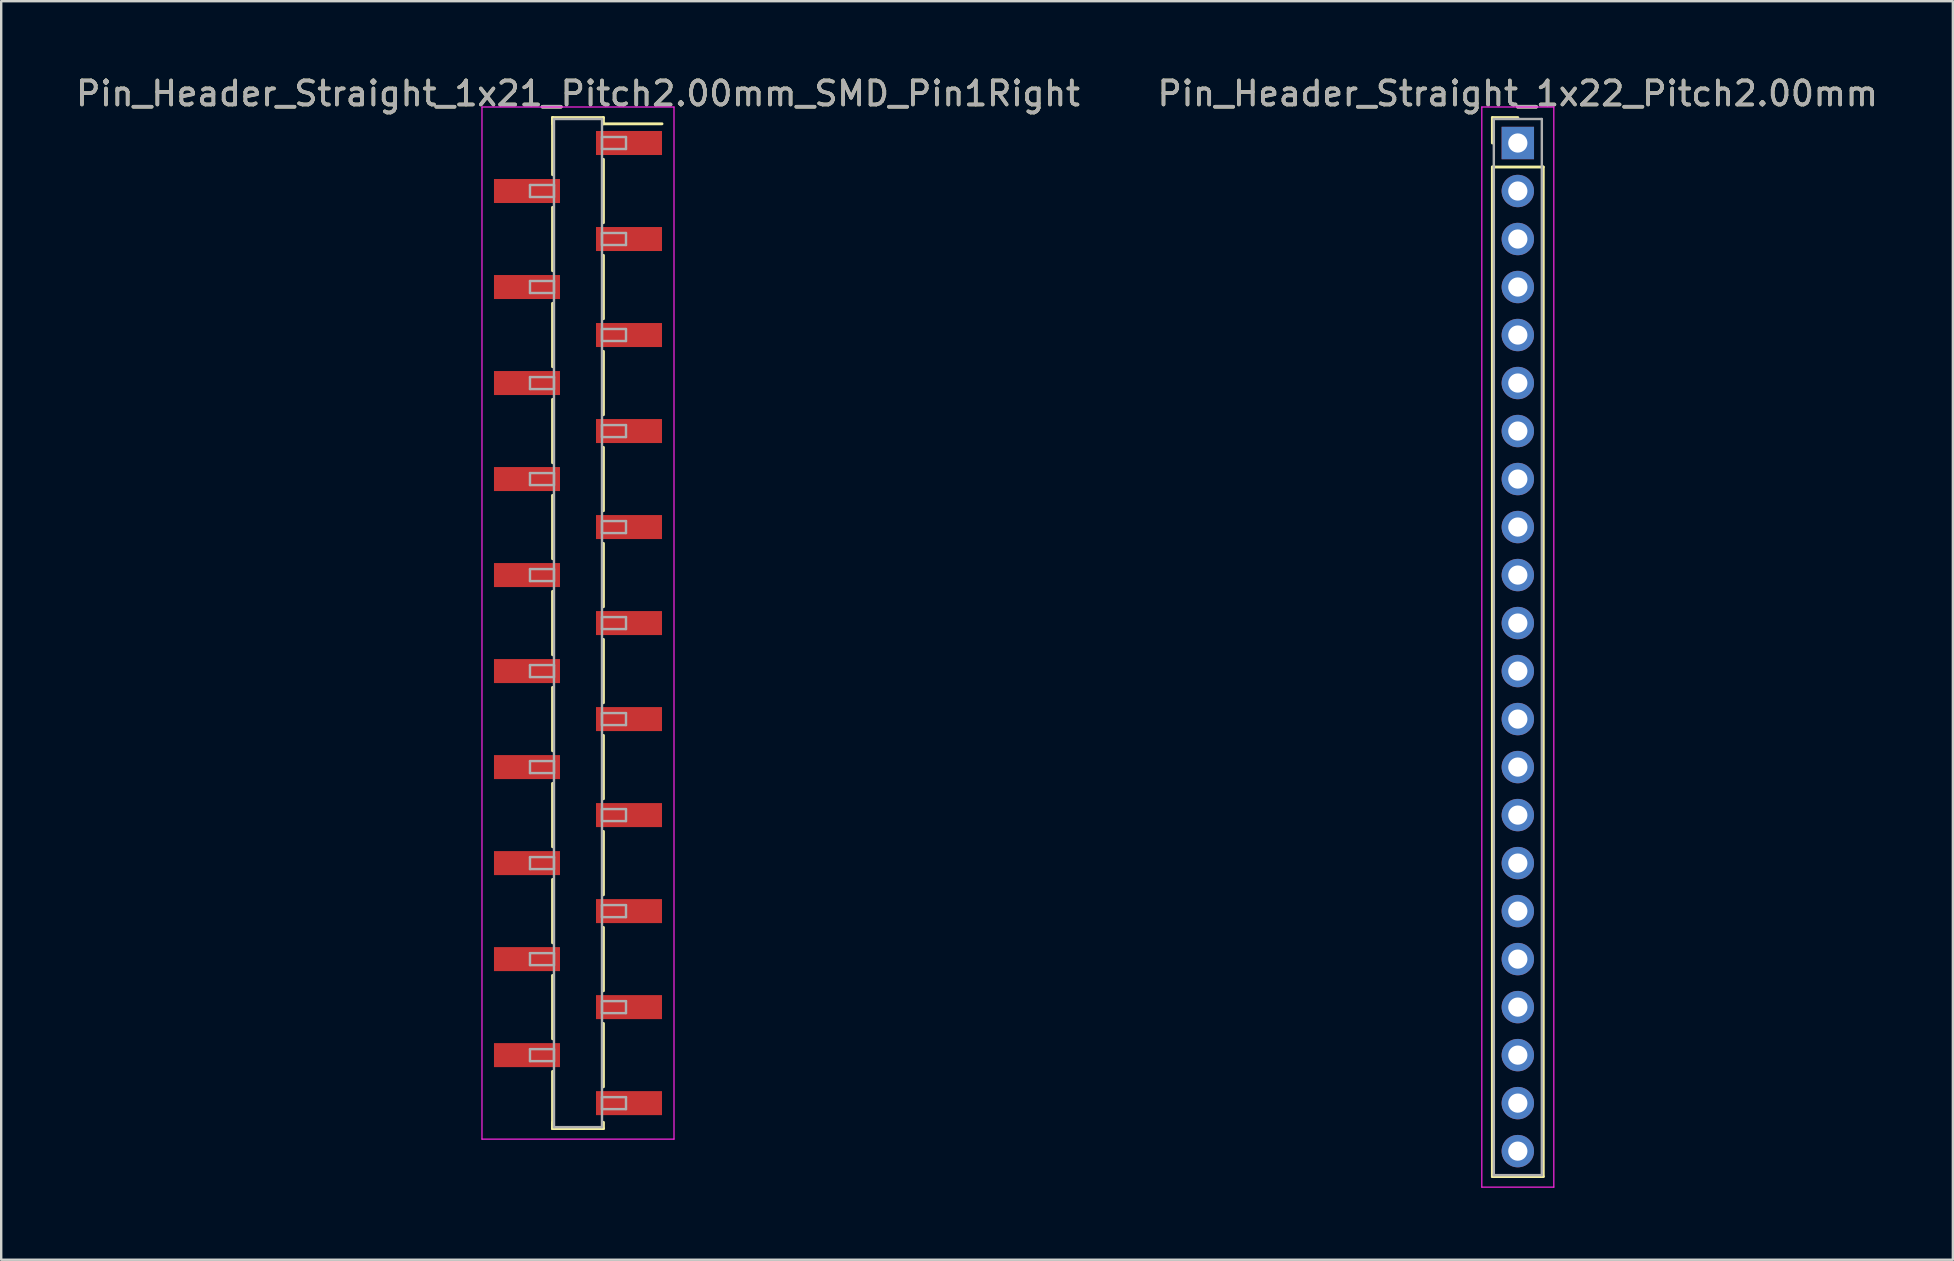
<source format=kicad_pcb>
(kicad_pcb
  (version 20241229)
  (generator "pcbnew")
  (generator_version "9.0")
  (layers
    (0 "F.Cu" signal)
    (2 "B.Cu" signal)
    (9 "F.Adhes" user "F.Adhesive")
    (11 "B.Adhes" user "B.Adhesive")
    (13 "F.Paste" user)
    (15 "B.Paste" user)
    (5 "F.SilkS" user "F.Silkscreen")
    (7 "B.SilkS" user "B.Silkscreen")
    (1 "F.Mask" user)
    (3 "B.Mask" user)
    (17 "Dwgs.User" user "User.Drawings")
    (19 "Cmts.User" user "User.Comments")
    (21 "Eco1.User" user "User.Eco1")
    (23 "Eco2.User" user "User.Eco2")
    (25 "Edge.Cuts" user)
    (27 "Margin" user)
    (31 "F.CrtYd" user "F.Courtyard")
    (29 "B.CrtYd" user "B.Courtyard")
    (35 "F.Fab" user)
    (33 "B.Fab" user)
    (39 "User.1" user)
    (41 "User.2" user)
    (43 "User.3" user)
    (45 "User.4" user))
  (footprint "Pin_Header_Straight_1x22_Pitch2.00mm"
    (layer "F.Cu")
    (at 60.185 2.908)
    (property "Reference" "Pin_Header_Straight_1x22_Pitch2.00mm" (at 0 -2.06 0) (layer "F.SilkS") (effects (font (size 1 1) (thickness 0.15))))
    (attr through_hole)
    (fp_line (start -1.06 -1.06) (end 0 -1.06) (stroke (width 0.12) (type solid)) (layer "F.SilkS"))
    (fp_line (start -1.06 0) (end -1.06 -1.06) (stroke (width 0.12) (type solid)) (layer "F.SilkS"))
    (fp_line (start -1.06 1) (end -1.06 43.06) (stroke (width 0.12) (type solid)) (layer "F.SilkS"))
    (fp_line (start -1.06 43.06) (end 1.06 43.06) (stroke (width 0.12) (type solid)) (layer "F.SilkS"))
    (fp_line (start 1.06 1) (end -1.06 1) (stroke (width 0.12) (type solid)) (layer "F.SilkS"))
    (fp_line (start 1.06 43.06) (end 1.06 1) (stroke (width 0.12) (type solid)) (layer "F.SilkS"))
    (fp_line (start -1.5 -1.5) (end -1.5 43.5) (stroke (width 0.05) (type solid)) (layer "F.CrtYd"))
    (fp_line (start -1.5 43.5) (end 1.5 43.5) (stroke (width 0.05) (type solid)) (layer "F.CrtYd"))
    (fp_line (start 1.5 -1.5) (end -1.5 -1.5) (stroke (width 0.05) (type solid)) (layer "F.CrtYd"))
    (fp_line (start 1.5 43.5) (end 1.5 -1.5) (stroke (width 0.05) (type solid)) (layer "F.CrtYd"))
    (fp_line (start -1 -1) (end -1 43) (stroke (width 0.1) (type solid)) (layer "F.Fab"))
    (fp_line (start -1 43) (end 1 43) (stroke (width 0.1) (type solid)) (layer "F.Fab"))
    (fp_line (start 1 -1) (end -1 -1) (stroke (width 0.1) (type solid)) (layer "F.Fab"))
    (fp_line (start 1 43) (end 1 -1) (stroke (width 0.1) (type solid)) (layer "F.Fab"))
    (fp_text user "${REFERENCE}" (at 0 -2.06 0) (layer "F.Fab") (effects (font (size 1 1) (thickness 0.15))))
    (pad "1" thru_hole rect (at 0 0) (size 1.35 1.35) (drill 0.8) (layers "*.Cu" "*.Mask"))
    (pad "2" thru_hole oval (at 0 2) (size 1.35 1.35) (drill 0.8) (layers "*.Cu" "*.Mask"))
    (pad "3" thru_hole oval (at 0 4) (size 1.35 1.35) (drill 0.8) (layers "*.Cu" "*.Mask"))
    (pad "4" thru_hole oval (at 0 6) (size 1.35 1.35) (drill 0.8) (layers "*.Cu" "*.Mask"))
    (pad "5" thru_hole oval (at 0 8) (size 1.35 1.35) (drill 0.8) (layers "*.Cu" "*.Mask"))
    (pad "6" thru_hole oval (at 0 10) (size 1.35 1.35) (drill 0.8) (layers "*.Cu" "*.Mask"))
    (pad "7" thru_hole oval (at 0 12) (size 1.35 1.35) (drill 0.8) (layers "*.Cu" "*.Mask"))
    (pad "8" thru_hole oval (at 0 14) (size 1.35 1.35) (drill 0.8) (layers "*.Cu" "*.Mask"))
    (pad "9" thru_hole oval (at 0 16) (size 1.35 1.35) (drill 0.8) (layers "*.Cu" "*.Mask"))
    (pad "10" thru_hole oval (at 0 18) (size 1.35 1.35) (drill 0.8) (layers "*.Cu" "*.Mask"))
    (pad "11" thru_hole oval (at 0 20) (size 1.35 1.35) (drill 0.8) (layers "*.Cu" "*.Mask"))
    (pad "12" thru_hole oval (at 0 22) (size 1.35 1.35) (drill 0.8) (layers "*.Cu" "*.Mask"))
    (pad "13" thru_hole oval (at 0 24) (size 1.35 1.35) (drill 0.8) (layers "*.Cu" "*.Mask"))
    (pad "14" thru_hole oval (at 0 26) (size 1.35 1.35) (drill 0.8) (layers "*.Cu" "*.Mask"))
    (pad "15" thru_hole oval (at 0 28) (size 1.35 1.35) (drill 0.8) (layers "*.Cu" "*.Mask"))
    (pad "16" thru_hole oval (at 0 30) (size 1.35 1.35) (drill 0.8) (layers "*.Cu" "*.Mask"))
    (pad "17" thru_hole oval (at 0 32) (size 1.35 1.35) (drill 0.8) (layers "*.Cu" "*.Mask"))
    (pad "18" thru_hole oval (at 0 34) (size 1.35 1.35) (drill 0.8) (layers "*.Cu" "*.Mask"))
    (pad "19" thru_hole oval (at 0 36) (size 1.35 1.35) (drill 0.8) (layers "*.Cu" "*.Mask"))
    (pad "20" thru_hole oval (at 0 38) (size 1.35 1.35) (drill 0.8) (layers "*.Cu" "*.Mask"))
    (pad "21" thru_hole oval (at 0 40) (size 1.35 1.35) (drill 0.8) (layers "*.Cu" "*.Mask"))
    (pad "22" thru_hole oval (at 0 42) (size 1.35 1.35) (drill 0.8) (layers "*.Cu" "*.Mask")))
  (footprint "Pin_Header_Straight_1x21_Pitch2.00mm_SMD_Pin1Right"
    (layer "F.Cu")
    (at 21.03 22.908)
    (property "Reference" "Pin_Header_Straight_1x21_Pitch2.00mm_SMD_Pin1Right" (at 0 -22.06 0) (layer "F.SilkS") (effects (font (size 1 1) (thickness 0.15))))
    (attr smd)
    (fp_line (start -1.06 -21.06) (end -1.06 -18.68) (stroke (width 0.12) (type solid)) (layer "F.SilkS"))
    (fp_line (start -1.06 -21.06) (end 1.06 -21.06) (stroke (width 0.12) (type solid)) (layer "F.SilkS"))
    (fp_line (start -1.06 -20.8) (end -1.06 -21.06) (stroke (width 0.12) (type solid)) (layer "F.SilkS"))
    (fp_line (start -1.06 -17.32) (end -1.06 -14.68) (stroke (width 0.12) (type solid)) (layer "F.SilkS"))
    (fp_line (start -1.06 -13.32) (end -1.06 -10.68) (stroke (width 0.12) (type solid)) (layer "F.SilkS"))
    (fp_line (start -1.06 -9.32) (end -1.06 -6.68) (stroke (width 0.12) (type solid)) (layer "F.SilkS"))
    (fp_line (start -1.06 -5.32) (end -1.06 -2.68) (stroke (width 0.12) (type solid)) (layer "F.SilkS"))
    (fp_line (start -1.06 -1.32) (end -1.06 1.32) (stroke (width 0.12) (type solid)) (layer "F.SilkS"))
    (fp_line (start -1.06 2.68) (end -1.06 5.32) (stroke (width 0.12) (type solid)) (layer "F.SilkS"))
    (fp_line (start -1.06 6.68) (end -1.06 9.32) (stroke (width 0.12) (type solid)) (layer "F.SilkS"))
    (fp_line (start -1.06 10.68) (end -1.06 13.32) (stroke (width 0.12) (type solid)) (layer "F.SilkS"))
    (fp_line (start -1.06 14.68) (end -1.06 17.32) (stroke (width 0.12) (type solid)) (layer "F.SilkS"))
    (fp_line (start -1.06 18.68) (end -1.06 21.06) (stroke (width 0.12) (type solid)) (layer "F.SilkS"))
    (fp_line (start -1.06 20.8) (end -1.06 21.06) (stroke (width 0.12) (type solid)) (layer "F.SilkS"))
    (fp_line (start -1.06 21.06) (end 1.06 21.06) (stroke (width 0.12) (type solid)) (layer "F.SilkS"))
    (fp_line (start 1.06 -21.06) (end 1.06 -20.8) (stroke (width 0.12) (type solid)) (layer "F.SilkS"))
    (fp_line (start 1.06 -20.8) (end 3.5 -20.8) (stroke (width 0.12) (type solid)) (layer "F.SilkS"))
    (fp_line (start 1.06 -19.32) (end 1.06 -16.68) (stroke (width 0.12) (type solid)) (layer "F.SilkS"))
    (fp_line (start 1.06 -15.32) (end 1.06 -12.68) (stroke (width 0.12) (type solid)) (layer "F.SilkS"))
    (fp_line (start 1.06 -11.32) (end 1.06 -8.68) (stroke (width 0.12) (type solid)) (layer "F.SilkS"))
    (fp_line (start 1.06 -7.32) (end 1.06 -4.68) (stroke (width 0.12) (type solid)) (layer "F.SilkS"))
    (fp_line (start 1.06 -3.32) (end 1.06 -0.68) (stroke (width 0.12) (type solid)) (layer "F.SilkS"))
    (fp_line (start 1.06 0.68) (end 1.06 3.32) (stroke (width 0.12) (type solid)) (layer "F.SilkS"))
    (fp_line (start 1.06 4.68) (end 1.06 7.32) (stroke (width 0.12) (type solid)) (layer "F.SilkS"))
    (fp_line (start 1.06 8.68) (end 1.06 11.32) (stroke (width 0.12) (type solid)) (layer "F.SilkS"))
    (fp_line (start 1.06 12.68) (end 1.06 15.32) (stroke (width 0.12) (type solid)) (layer "F.SilkS"))
    (fp_line (start 1.06 16.68) (end 1.06 19.32) (stroke (width 0.12) (type solid)) (layer "F.SilkS"))
    (fp_line (start 1.06 21.06) (end 1.06 20.8) (stroke (width 0.12) (type solid)) (layer "F.SilkS"))
    (fp_line (start -4 -21.5) (end -4 21.5) (stroke (width 0.05) (type solid)) (layer "F.CrtYd"))
    (fp_line (start -4 21.5) (end 4 21.5) (stroke (width 0.05) (type solid)) (layer "F.CrtYd"))
    (fp_line (start 4 -21.5) (end -4 -21.5) (stroke (width 0.05) (type solid)) (layer "F.CrtYd"))
    (fp_line (start 4 21.5) (end 4 -21.5) (stroke (width 0.05) (type solid)) (layer "F.CrtYd"))
    (fp_line (start -2 -18.25) (end -1 -18.25) (stroke (width 0.1) (type solid)) (layer "F.Fab"))
    (fp_line (start -2 -17.75) (end -2 -18.25) (stroke (width 0.1) (type solid)) (layer "F.Fab"))
    (fp_line (start -2 -14.25) (end -1 -14.25) (stroke (width 0.1) (type solid)) (layer "F.Fab"))
    (fp_line (start -2 -13.75) (end -2 -14.25) (stroke (width 0.1) (type solid)) (layer "F.Fab"))
    (fp_line (start -2 -10.25) (end -1 -10.25) (stroke (width 0.1) (type solid)) (layer "F.Fab"))
    (fp_line (start -2 -9.75) (end -2 -10.25) (stroke (width 0.1) (type solid)) (layer "F.Fab"))
    (fp_line (start -2 -6.25) (end -1 -6.25) (stroke (width 0.1) (type solid)) (layer "F.Fab"))
    (fp_line (start -2 -5.75) (end -2 -6.25) (stroke (width 0.1) (type solid)) (layer "F.Fab"))
    (fp_line (start -2 -2.25) (end -1 -2.25) (stroke (width 0.1) (type solid)) (layer "F.Fab"))
    (fp_line (start -2 -1.75) (end -2 -2.25) (stroke (width 0.1) (type solid)) (layer "F.Fab"))
    (fp_line (start -2 1.75) (end -1 1.75) (stroke (width 0.1) (type solid)) (layer "F.Fab"))
    (fp_line (start -2 2.25) (end -2 1.75) (stroke (width 0.1) (type solid)) (layer "F.Fab"))
    (fp_line (start -2 5.75) (end -1 5.75) (stroke (width 0.1) (type solid)) (layer "F.Fab"))
    (fp_line (start -2 6.25) (end -2 5.75) (stroke (width 0.1) (type solid)) (layer "F.Fab"))
    (fp_line (start -2 9.75) (end -1 9.75) (stroke (width 0.1) (type solid)) (layer "F.Fab"))
    (fp_line (start -2 10.25) (end -2 9.75) (stroke (width 0.1) (type solid)) (layer "F.Fab"))
    (fp_line (start -2 13.75) (end -1 13.75) (stroke (width 0.1) (type solid)) (layer "F.Fab"))
    (fp_line (start -2 14.25) (end -2 13.75) (stroke (width 0.1) (type solid)) (layer "F.Fab"))
    (fp_line (start -2 17.75) (end -1 17.75) (stroke (width 0.1) (type solid)) (layer "F.Fab"))
    (fp_line (start -2 18.25) (end -2 17.75) (stroke (width 0.1) (type solid)) (layer "F.Fab"))
    (fp_line (start -1 -21) (end -1 21) (stroke (width 0.1) (type solid)) (layer "F.Fab"))
    (fp_line (start -1 -18.25) (end -1 -17.75) (stroke (width 0.1) (type solid)) (layer "F.Fab"))
    (fp_line (start -1 -17.75) (end -2 -17.75) (stroke (width 0.1) (type solid)) (layer "F.Fab"))
    (fp_line (start -1 -14.25) (end -1 -13.75) (stroke (width 0.1) (type solid)) (layer "F.Fab"))
    (fp_line (start -1 -13.75) (end -2 -13.75) (stroke (width 0.1) (type solid)) (layer "F.Fab"))
    (fp_line (start -1 -10.25) (end -1 -9.75) (stroke (width 0.1) (type solid)) (layer "F.Fab"))
    (fp_line (start -1 -9.75) (end -2 -9.75) (stroke (width 0.1) (type solid)) (layer "F.Fab"))
    (fp_line (start -1 -6.25) (end -1 -5.75) (stroke (width 0.1) (type solid)) (layer "F.Fab"))
    (fp_line (start -1 -5.75) (end -2 -5.75) (stroke (width 0.1) (type solid)) (layer "F.Fab"))
    (fp_line (start -1 -2.25) (end -1 -1.75) (stroke (width 0.1) (type solid)) (layer "F.Fab"))
    (fp_line (start -1 -1.75) (end -2 -1.75) (stroke (width 0.1) (type solid)) (layer "F.Fab"))
    (fp_line (start -1 1.75) (end -1 2.25) (stroke (width 0.1) (type solid)) (layer "F.Fab"))
    (fp_line (start -1 2.25) (end -2 2.25) (stroke (width 0.1) (type solid)) (layer "F.Fab"))
    (fp_line (start -1 5.75) (end -1 6.25) (stroke (width 0.1) (type solid)) (layer "F.Fab"))
    (fp_line (start -1 6.25) (end -2 6.25) (stroke (width 0.1) (type solid)) (layer "F.Fab"))
    (fp_line (start -1 9.75) (end -1 10.25) (stroke (width 0.1) (type solid)) (layer "F.Fab"))
    (fp_line (start -1 10.25) (end -2 10.25) (stroke (width 0.1) (type solid)) (layer "F.Fab"))
    (fp_line (start -1 13.75) (end -1 14.25) (stroke (width 0.1) (type solid)) (layer "F.Fab"))
    (fp_line (start -1 14.25) (end -2 14.25) (stroke (width 0.1) (type solid)) (layer "F.Fab"))
    (fp_line (start -1 17.75) (end -1 18.25) (stroke (width 0.1) (type solid)) (layer "F.Fab"))
    (fp_line (start -1 18.25) (end -2 18.25) (stroke (width 0.1) (type solid)) (layer "F.Fab"))
    (fp_line (start -1 21) (end 1 21) (stroke (width 0.1) (type solid)) (layer "F.Fab"))
    (fp_line (start 1 -21) (end -1 -21) (stroke (width 0.1) (type solid)) (layer "F.Fab"))
    (fp_line (start 1 -20.25) (end 1 -19.75) (stroke (width 0.1) (type solid)) (layer "F.Fab"))
    (fp_line (start 1 -19.75) (end 2 -19.75) (stroke (width 0.1) (type solid)) (layer "F.Fab"))
    (fp_line (start 1 -16.25) (end 1 -15.75) (stroke (width 0.1) (type solid)) (layer "F.Fab"))
    (fp_line (start 1 -15.75) (end 2 -15.75) (stroke (width 0.1) (type solid)) (layer "F.Fab"))
    (fp_line (start 1 -12.25) (end 1 -11.75) (stroke (width 0.1) (type solid)) (layer "F.Fab"))
    (fp_line (start 1 -11.75) (end 2 -11.75) (stroke (width 0.1) (type solid)) (layer "F.Fab"))
    (fp_line (start 1 -8.25) (end 1 -7.75) (stroke (width 0.1) (type solid)) (layer "F.Fab"))
    (fp_line (start 1 -7.75) (end 2 -7.75) (stroke (width 0.1) (type solid)) (layer "F.Fab"))
    (fp_line (start 1 -4.25) (end 1 -3.75) (stroke (width 0.1) (type solid)) (layer "F.Fab"))
    (fp_line (start 1 -3.75) (end 2 -3.75) (stroke (width 0.1) (type solid)) (layer "F.Fab"))
    (fp_line (start 1 -0.25) (end 1 0.25) (stroke (width 0.1) (type solid)) (layer "F.Fab"))
    (fp_line (start 1 0.25) (end 2 0.25) (stroke (width 0.1) (type solid)) (layer "F.Fab"))
    (fp_line (start 1 3.75) (end 1 4.25) (stroke (width 0.1) (type solid)) (layer "F.Fab"))
    (fp_line (start 1 4.25) (end 2 4.25) (stroke (width 0.1) (type solid)) (layer "F.Fab"))
    (fp_line (start 1 7.75) (end 1 8.25) (stroke (width 0.1) (type solid)) (layer "F.Fab"))
    (fp_line (start 1 8.25) (end 2 8.25) (stroke (width 0.1) (type solid)) (layer "F.Fab"))
    (fp_line (start 1 11.75) (end 1 12.25) (stroke (width 0.1) (type solid)) (layer "F.Fab"))
    (fp_line (start 1 12.25) (end 2 12.25) (stroke (width 0.1) (type solid)) (layer "F.Fab"))
    (fp_line (start 1 15.75) (end 1 16.25) (stroke (width 0.1) (type solid)) (layer "F.Fab"))
    (fp_line (start 1 16.25) (end 2 16.25) (stroke (width 0.1) (type solid)) (layer "F.Fab"))
    (fp_line (start 1 19.75) (end 1 20.25) (stroke (width 0.1) (type solid)) (layer "F.Fab"))
    (fp_line (start 1 20.25) (end 2 20.25) (stroke (width 0.1) (type solid)) (layer "F.Fab"))
    (fp_line (start 1 21) (end 1 -21) (stroke (width 0.1) (type solid)) (layer "F.Fab"))
    (fp_line (start 2 -20.25) (end 1 -20.25) (stroke (width 0.1) (type solid)) (layer "F.Fab"))
    (fp_line (start 2 -19.75) (end 2 -20.25) (stroke (width 0.1) (type solid)) (layer "F.Fab"))
    (fp_line (start 2 -16.25) (end 1 -16.25) (stroke (width 0.1) (type solid)) (layer "F.Fab"))
    (fp_line (start 2 -15.75) (end 2 -16.25) (stroke (width 0.1) (type solid)) (layer "F.Fab"))
    (fp_line (start 2 -12.25) (end 1 -12.25) (stroke (width 0.1) (type solid)) (layer "F.Fab"))
    (fp_line (start 2 -11.75) (end 2 -12.25) (stroke (width 0.1) (type solid)) (layer "F.Fab"))
    (fp_line (start 2 -8.25) (end 1 -8.25) (stroke (width 0.1) (type solid)) (layer "F.Fab"))
    (fp_line (start 2 -7.75) (end 2 -8.25) (stroke (width 0.1) (type solid)) (layer "F.Fab"))
    (fp_line (start 2 -4.25) (end 1 -4.25) (stroke (width 0.1) (type solid)) (layer "F.Fab"))
    (fp_line (start 2 -3.75) (end 2 -4.25) (stroke (width 0.1) (type solid)) (layer "F.Fab"))
    (fp_line (start 2 -0.25) (end 1 -0.25) (stroke (width 0.1) (type solid)) (layer "F.Fab"))
    (fp_line (start 2 0.25) (end 2 -0.25) (stroke (width 0.1) (type solid)) (layer "F.Fab"))
    (fp_line (start 2 3.75) (end 1 3.75) (stroke (width 0.1) (type solid)) (layer "F.Fab"))
    (fp_line (start 2 4.25) (end 2 3.75) (stroke (width 0.1) (type solid)) (layer "F.Fab"))
    (fp_line (start 2 7.75) (end 1 7.75) (stroke (width 0.1) (type solid)) (layer "F.Fab"))
    (fp_line (start 2 8.25) (end 2 7.75) (stroke (width 0.1) (type solid)) (layer "F.Fab"))
    (fp_line (start 2 11.75) (end 1 11.75) (stroke (width 0.1) (type solid)) (layer "F.Fab"))
    (fp_line (start 2 12.25) (end 2 11.75) (stroke (width 0.1) (type solid)) (layer "F.Fab"))
    (fp_line (start 2 15.75) (end 1 15.75) (stroke (width 0.1) (type solid)) (layer "F.Fab"))
    (fp_line (start 2 16.25) (end 2 15.75) (stroke (width 0.1) (type solid)) (layer "F.Fab"))
    (fp_line (start 2 19.75) (end 1 19.75) (stroke (width 0.1) (type solid)) (layer "F.Fab"))
    (fp_line (start 2 20.25) (end 2 19.75) (stroke (width 0.1) (type solid)) (layer "F.Fab"))
    (fp_text user "${REFERENCE}" (at 0 -22.06 0) (layer "F.Fab") (effects (font (size 1 1) (thickness 0.15))))
    (pad "1" smd rect (at 2.125 -20) (size 2.75 1) (layers "F.Cu" "F.Mask" "F.Paste"))
    (pad "2" smd rect (at -2.125 -18) (size 2.75 1) (layers "F.Cu" "F.Mask" "F.Paste"))
    (pad "3" smd rect (at 2.125 -16) (size 2.75 1) (layers "F.Cu" "F.Mask" "F.Paste"))
    (pad "4" smd rect (at -2.125 -14) (size 2.75 1) (layers "F.Cu" "F.Mask" "F.Paste"))
    (pad "5" smd rect (at 2.125 -12) (size 2.75 1) (layers "F.Cu" "F.Mask" "F.Paste"))
    (pad "6" smd rect (at -2.125 -10) (size 2.75 1) (layers "F.Cu" "F.Mask" "F.Paste"))
    (pad "7" smd rect (at 2.125 -8) (size 2.75 1) (layers "F.Cu" "F.Mask" "F.Paste"))
    (pad "8" smd rect (at -2.125 -6) (size 2.75 1) (layers "F.Cu" "F.Mask" "F.Paste"))
    (pad "9" smd rect (at 2.125 -4) (size 2.75 1) (layers "F.Cu" "F.Mask" "F.Paste"))
    (pad "10" smd rect (at -2.125 -2) (size 2.75 1) (layers "F.Cu" "F.Mask" "F.Paste"))
    (pad "11" smd rect (at 2.125 0) (size 2.75 1) (layers "F.Cu" "F.Mask" "F.Paste"))
    (pad "12" smd rect (at -2.125 2) (size 2.75 1) (layers "F.Cu" "F.Mask" "F.Paste"))
    (pad "13" smd rect (at 2.125 4) (size 2.75 1) (layers "F.Cu" "F.Mask" "F.Paste"))
    (pad "14" smd rect (at -2.125 6) (size 2.75 1) (layers "F.Cu" "F.Mask" "F.Paste"))
    (pad "15" smd rect (at 2.125 8) (size 2.75 1) (layers "F.Cu" "F.Mask" "F.Paste"))
    (pad "16" smd rect (at -2.125 10) (size 2.75 1) (layers "F.Cu" "F.Mask" "F.Paste"))
    (pad "17" smd rect (at 2.125 12) (size 2.75 1) (layers "F.Cu" "F.Mask" "F.Paste"))
    (pad "18" smd rect (at -2.125 14) (size 2.75 1) (layers "F.Cu" "F.Mask" "F.Paste"))
    (pad "19" smd rect (at 2.125 16) (size 2.75 1) (layers "F.Cu" "F.Mask" "F.Paste"))
    (pad "20" smd rect (at -2.125 18) (size 2.75 1) (layers "F.Cu" "F.Mask" "F.Paste"))
    (pad "21" smd rect (at 2.125 20) (size 2.75 1) (layers "F.Cu" "F.Mask" "F.Paste")))
  (gr_rect
    (start -3 -3)
    (end 78.31 49.433)
    (stroke (width 0.1) (type default))
    (fill no)
    (layer "Edge.Cuts")))
</source>
